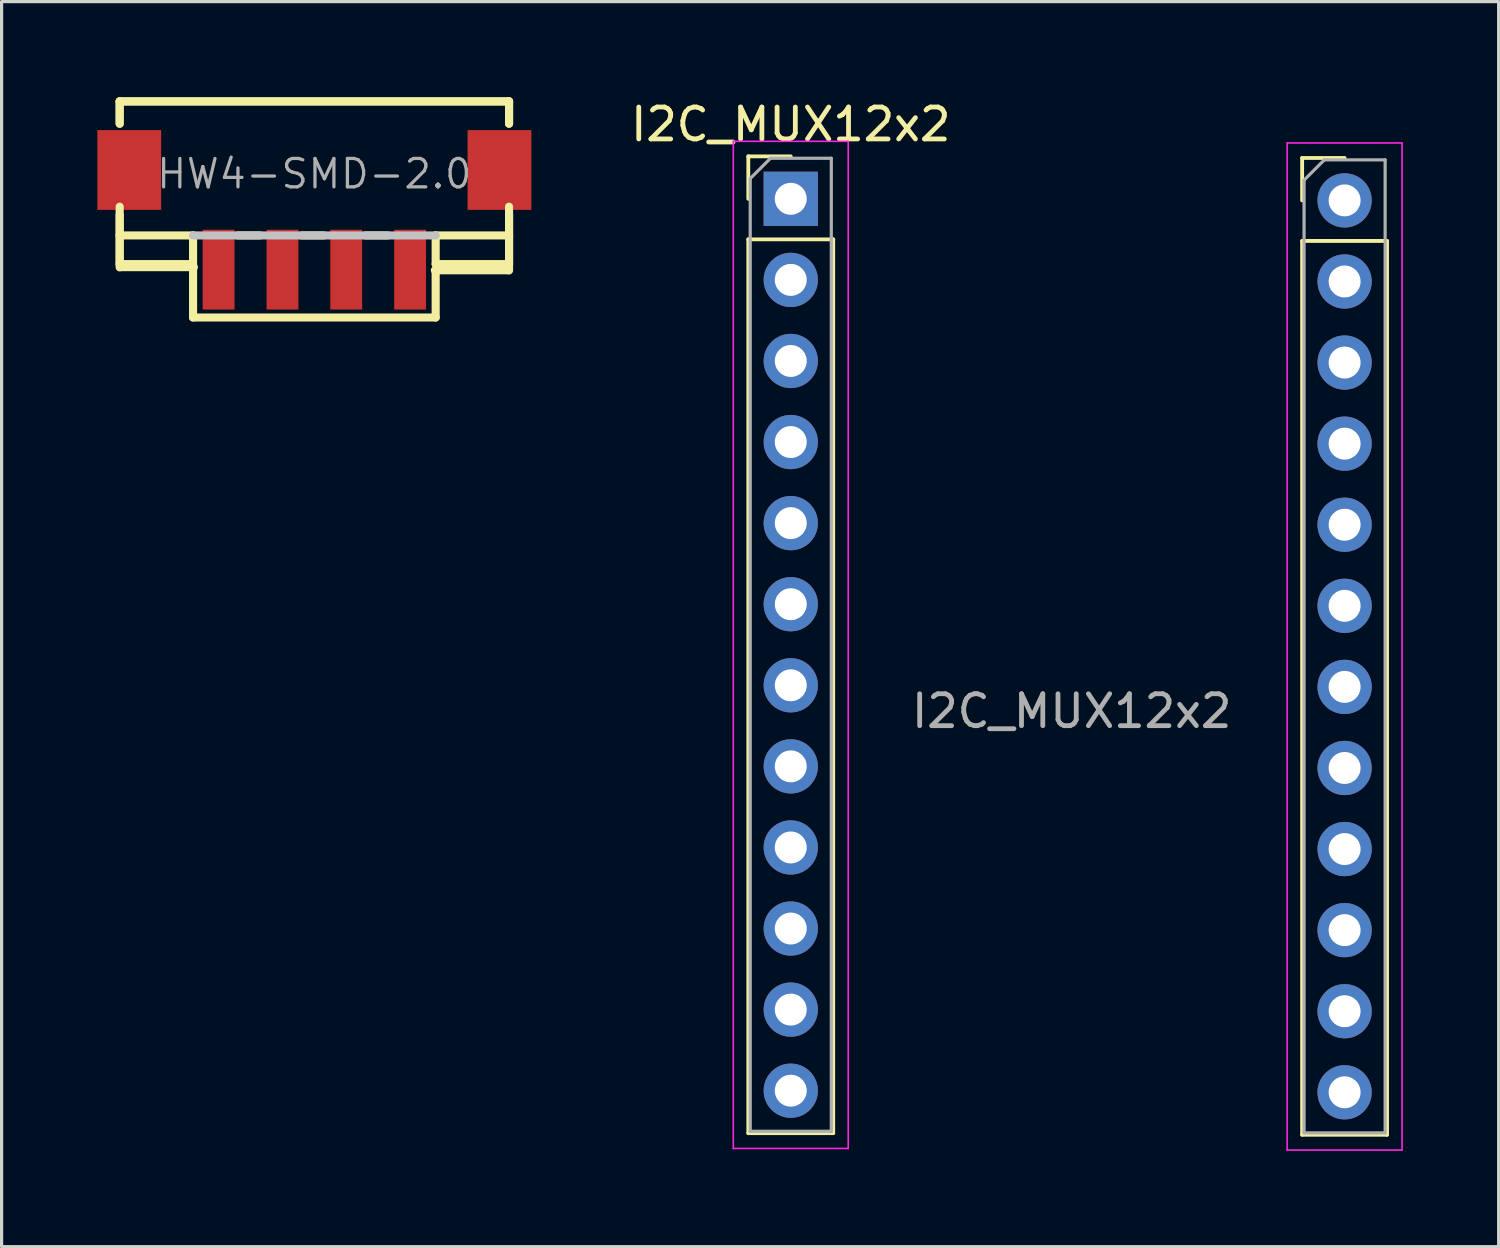
<source format=kicad_pcb>
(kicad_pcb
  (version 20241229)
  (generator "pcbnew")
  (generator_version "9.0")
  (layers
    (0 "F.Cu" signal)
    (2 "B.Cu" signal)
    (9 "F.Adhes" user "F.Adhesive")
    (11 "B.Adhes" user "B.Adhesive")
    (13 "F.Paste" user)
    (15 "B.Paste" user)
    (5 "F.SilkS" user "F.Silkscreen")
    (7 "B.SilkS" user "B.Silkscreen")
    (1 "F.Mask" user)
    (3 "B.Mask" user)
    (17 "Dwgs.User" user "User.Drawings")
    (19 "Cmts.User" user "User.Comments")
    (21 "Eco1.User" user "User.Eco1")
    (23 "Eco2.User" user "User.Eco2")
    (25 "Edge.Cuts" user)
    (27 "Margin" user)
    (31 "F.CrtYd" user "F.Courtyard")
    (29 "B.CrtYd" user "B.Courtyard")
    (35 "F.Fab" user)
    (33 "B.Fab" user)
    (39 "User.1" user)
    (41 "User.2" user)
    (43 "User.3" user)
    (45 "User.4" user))
  (footprint "HW4-SMD-2.0"
    (layer "F.Cu")
    (at 6.798 5.397)
    (property "Reference" "HW4-SMD-2.0" (at -0.002 -3 0) (layer "F.Fab") (effects (font (size 0.889 0.889) (thickness 0.102))))
    (attr smd)
    (fp_line (start -6.099 -5.271) (end -6.099 -4.572) (stroke (width 0.254) (type solid)) (layer "F.SilkS"))
    (fp_line (start -6.099 -5.271) (end -6.099 -4.572) (stroke (width 0.254) (type solid)) (layer "F.SilkS"))
    (fp_line (start -6.099 -5.271) (end 6.099 -5.271) (stroke (width 0.254) (type solid)) (layer "F.SilkS"))
    (fp_line (start -6.099 -5.271) (end 6.099 -5.271) (stroke (width 0.254) (type solid)) (layer "F.SilkS"))
    (fp_line (start -6.099 -1.971) (end -6.099 -0.071) (stroke (width 0.254) (type solid)) (layer "F.SilkS"))
    (fp_line (start -6.099 -1.072) (end -6.099 -1.717) (stroke (width 0.254) (type solid)) (layer "F.SilkS"))
    (fp_line (start -6.099 -1.072) (end -6.099 -0.173) (stroke (width 0.254) (type solid)) (layer "F.SilkS"))
    (fp_line (start -6.099 -1.072) (end -3.8 -1.072) (stroke (width 0.254) (type solid)) (layer "F.SilkS"))
    (fp_line (start -6.099 -0.173) (end -3.8 -0.173) (stroke (width 0.254) (type solid)) (layer "F.SilkS"))
    (fp_line (start -6.053 -0.079) (end -3.774 -0.079) (stroke (width 0.254) (type solid)) (layer "F.SilkS"))
    (fp_line (start -3.8 -0.173) (end -3.8 -1.072) (stroke (width 0.254) (type solid)) (layer "F.SilkS"))
    (fp_line (start -3.8 1.499) (end -3.8 -0.071) (stroke (width 0.254) (type solid)) (layer "F.SilkS"))
    (fp_line (start -2.398 -1.072) (end -1.699 -1.072) (stroke (width 0.254) (type solid)) (layer "F.SilkS"))
    (fp_line (start -0.399 -1.072) (end 0.3 -1.072) (stroke (width 0.254) (type solid)) (layer "F.SilkS"))
    (fp_line (start 1.598 -1.072) (end 2.299 -1.072) (stroke (width 0.254) (type solid)) (layer "F.SilkS"))
    (fp_line (start 3.774 0.02) (end 6.053 0.02) (stroke (width 0.254) (type solid)) (layer "F.SilkS"))
    (fp_line (start 3.8 -1.072) (end 3.8 -0.173) (stroke (width 0.254) (type solid)) (layer "F.SilkS"))
    (fp_line (start 3.8 -1.072) (end 6.099 -1.072) (stroke (width 0.254) (type solid)) (layer "F.SilkS"))
    (fp_line (start 3.8 -0.173) (end 6.099 -0.173) (stroke (width 0.254) (type solid)) (layer "F.SilkS"))
    (fp_line (start 3.8 0.025) (end 3.8 1.499) (stroke (width 0.254) (type solid)) (layer "F.SilkS"))
    (fp_line (start 3.8 1.499) (end -3.8 1.499) (stroke (width 0.254) (type solid)) (layer "F.SilkS"))
    (fp_line (start 6.099 -5.271) (end 6.099 -4.572) (stroke (width 0.254) (type solid)) (layer "F.SilkS"))
    (fp_line (start 6.099 -5.271) (end 6.099 -4.572) (stroke (width 0.254) (type solid)) (layer "F.SilkS"))
    (fp_line (start 6.099 -1.971) (end 6.099 0.025) (stroke (width 0.254) (type solid)) (layer "F.SilkS"))
    (fp_line (start 6.099 -1.072) (end 6.099 -1.717) (stroke (width 0.254) (type solid)) (layer "F.SilkS"))
    (fp_line (start 6.099 -0.173) (end 6.099 -1.072) (stroke (width 0.254) (type solid)) (layer "F.SilkS"))
    (fp_line (start -3.8 -1.072) (end 3.8 -1.072) (stroke (width 0.254) (type solid)) (layer "Dwgs.User"))
    (pad "1" smd rect (at -3 0 90) (size 2.499 0.998) (layers "F.Cu" "F.Mask" "F.Paste"))
    (pad "2" smd rect (at -0.998 0 90) (size 2.499 0.998) (layers "F.Cu" "F.Mask" "F.Paste"))
    (pad "3" smd rect (at 0.998 0 90) (size 2.499 0.998) (layers "F.Cu" "F.Mask" "F.Paste"))
    (pad "4" smd rect (at 3 0 90) (size 2.499 0.998) (layers "F.Cu" "F.Mask" "F.Paste"))
    (pad "SS1" smd rect (at -5.799 -3.122 90) (size 2.499 1.999) (layers "F.Cu" "F.Mask" "F.Paste"))
    (pad "SS2" smd rect (at 5.799 -3.122 90) (size 2.499 1.999) (layers "F.Cu" "F.Mask" "F.Paste")))
  (footprint "I2C_MUX12x2"
    (layer "F.Cu")
    (at 39.072 3.178)
    (property "Reference" "I2C_MUX12x2" (at -17.35 -2.33 0) (layer "F.SilkS") (effects (font (size 1 1) (thickness 0.15))))
    (attr through_hole)
    (fp_line (start -18.68 -1.33) (end -17.35 -1.33) (stroke (width 0.12) (type solid)) (layer "F.SilkS"))
    (fp_line (start -18.68 0) (end -18.68 -1.33) (stroke (width 0.12) (type solid)) (layer "F.SilkS"))
    (fp_line (start -18.68 1.27) (end -18.68 29.27) (stroke (width 0.12) (type solid)) (layer "F.SilkS"))
    (fp_line (start -18.68 1.27) (end -16.02 1.27) (stroke (width 0.12) (type solid)) (layer "F.SilkS"))
    (fp_line (start -18.68 29.27) (end -16.02 29.27) (stroke (width 0.12) (type solid)) (layer "F.SilkS"))
    (fp_line (start -16.02 1.27) (end -16.02 29.27) (stroke (width 0.12) (type solid)) (layer "F.SilkS"))
    (fp_line (start -1.33 -1.28) (end 0 -1.28) (stroke (width 0.12) (type solid)) (layer "F.SilkS"))
    (fp_line (start -1.33 0.05) (end -1.33 -1.28) (stroke (width 0.12) (type solid)) (layer "F.SilkS"))
    (fp_line (start -1.33 1.32) (end -1.33 29.32) (stroke (width 0.12) (type solid)) (layer "F.SilkS"))
    (fp_line (start -1.33 1.32) (end 1.33 1.32) (stroke (width 0.12) (type solid)) (layer "F.SilkS"))
    (fp_line (start -1.33 29.32) (end 1.33 29.32) (stroke (width 0.12) (type solid)) (layer "F.SilkS"))
    (fp_line (start 1.33 1.32) (end 1.33 29.32) (stroke (width 0.12) (type solid)) (layer "F.SilkS"))
    (fp_line (start -19.15 -1.8) (end -19.15 29.75) (stroke (width 0.05) (type solid)) (layer "F.CrtYd"))
    (fp_line (start -19.15 29.75) (end -15.55 29.75) (stroke (width 0.05) (type solid)) (layer "F.CrtYd"))
    (fp_line (start -15.55 -1.8) (end -19.15 -1.8) (stroke (width 0.05) (type solid)) (layer "F.CrtYd"))
    (fp_line (start -15.55 29.75) (end -15.55 -1.8) (stroke (width 0.05) (type solid)) (layer "F.CrtYd"))
    (fp_line (start -1.8 -1.75) (end -1.8 29.8) (stroke (width 0.05) (type solid)) (layer "F.CrtYd"))
    (fp_line (start -1.8 29.8) (end 1.8 29.8) (stroke (width 0.05) (type solid)) (layer "F.CrtYd"))
    (fp_line (start 1.8 -1.75) (end -1.8 -1.75) (stroke (width 0.05) (type solid)) (layer "F.CrtYd"))
    (fp_line (start 1.8 29.8) (end 1.8 -1.75) (stroke (width 0.05) (type solid)) (layer "F.CrtYd"))
    (fp_line (start -18.62 -0.635) (end -17.985 -1.27) (stroke (width 0.1) (type solid)) (layer "F.Fab"))
    (fp_line (start -18.62 29.21) (end -18.62 -0.635) (stroke (width 0.1) (type solid)) (layer "F.Fab"))
    (fp_line (start -17.985 -1.27) (end -16.08 -1.27) (stroke (width 0.1) (type solid)) (layer "F.Fab"))
    (fp_line (start -16.08 -1.27) (end -16.08 29.21) (stroke (width 0.1) (type solid)) (layer "F.Fab"))
    (fp_line (start -16.08 29.21) (end -18.62 29.21) (stroke (width 0.1) (type solid)) (layer "F.Fab"))
    (fp_line (start -1.27 -0.585) (end -0.635 -1.22) (stroke (width 0.1) (type solid)) (layer "F.Fab"))
    (fp_line (start -1.27 29.26) (end -1.27 -0.585) (stroke (width 0.1) (type solid)) (layer "F.Fab"))
    (fp_line (start -0.635 -1.22) (end 1.27 -1.22) (stroke (width 0.1) (type solid)) (layer "F.Fab"))
    (fp_line (start 1.27 -1.22) (end 1.27 29.26) (stroke (width 0.1) (type solid)) (layer "F.Fab"))
    (fp_line (start 1.27 29.26) (end -1.27 29.26) (stroke (width 0.1) (type solid)) (layer "F.Fab"))
    (fp_text user "${REFERENCE}" (at -8.55 16.05 180) (layer "F.Fab") (effects (font (size 1 1) (thickness 0.15))))
    (pad "1" thru_hole rect (at -17.35 0) (size 1.7 1.7) (drill 1) (layers "*.Cu" "*.Mask"))
    (pad "2" thru_hole oval (at -17.35 2.54) (size 1.7 1.7) (drill 1) (layers "*.Cu" "*.Mask"))
    (pad "3" thru_hole oval (at -17.35 5.08) (size 1.7 1.7) (drill 1) (layers "*.Cu" "*.Mask"))
    (pad "4" thru_hole oval (at -17.35 7.62) (size 1.7 1.7) (drill 1) (layers "*.Cu" "*.Mask"))
    (pad "5" thru_hole oval (at -17.35 10.16) (size 1.7 1.7) (drill 1) (layers "*.Cu" "*.Mask"))
    (pad "6" thru_hole oval (at -17.35 12.7) (size 1.7 1.7) (drill 1) (layers "*.Cu" "*.Mask"))
    (pad "7" thru_hole oval (at -17.35 15.24) (size 1.7 1.7) (drill 1) (layers "*.Cu" "*.Mask"))
    (pad "8" thru_hole oval (at -17.35 17.78) (size 1.7 1.7) (drill 1) (layers "*.Cu" "*.Mask"))
    (pad "9" thru_hole oval (at -17.35 20.32) (size 1.7 1.7) (drill 1) (layers "*.Cu" "*.Mask"))
    (pad "10" thru_hole oval (at -17.35 22.86) (size 1.7 1.7) (drill 1) (layers "*.Cu" "*.Mask"))
    (pad "11" thru_hole oval (at -17.35 25.4) (size 1.7 1.7) (drill 1) (layers "*.Cu" "*.Mask"))
    (pad "12" thru_hole oval (at -17.35 27.94) (size 1.7 1.7) (drill 1) (layers "*.Cu" "*.Mask"))
    (pad "13" thru_hole oval (at 0 27.99) (size 1.7 1.7) (drill 1) (layers "*.Cu" "*.Mask"))
    (pad "14" thru_hole oval (at 0 25.45) (size 1.7 1.7) (drill 1) (layers "*.Cu" "*.Mask"))
    (pad "15" thru_hole oval (at 0 22.91) (size 1.7 1.7) (drill 1) (layers "*.Cu" "*.Mask"))
    (pad "16" thru_hole oval (at 0 20.37) (size 1.7 1.7) (drill 1) (layers "*.Cu" "*.Mask"))
    (pad "17" thru_hole oval (at 0 17.83) (size 1.7 1.7) (drill 1) (layers "*.Cu" "*.Mask"))
    (pad "18" thru_hole oval (at 0 15.29) (size 1.7 1.7) (drill 1) (layers "*.Cu" "*.Mask"))
    (pad "19" thru_hole oval (at 0 12.75) (size 1.7 1.7) (drill 1) (layers "*.Cu" "*.Mask"))
    (pad "20" thru_hole oval (at 0 10.21) (size 1.7 1.7) (drill 1) (layers "*.Cu" "*.Mask"))
    (pad "21" thru_hole oval (at 0 7.67) (size 1.7 1.7) (drill 1) (layers "*.Cu" "*.Mask"))
    (pad "22" thru_hole oval (at 0 5.13) (size 1.7 1.7) (drill 1) (layers "*.Cu" "*.Mask"))
    (pad "23" thru_hole oval (at 0 2.59) (size 1.7 1.7) (drill 1) (layers "*.Cu" "*.Mask"))
    (pad "24" thru_hole circle (at 0 0.05) (size 1.7 1.7) (drill 1) (layers "*.Cu" "*.Mask")))
  (gr_rect
    (start -3 -3)
    (end 43.897 36.003)
    (stroke (width 0.1) (type default))
    (fill no)
    (layer "Edge.Cuts")))
</source>
